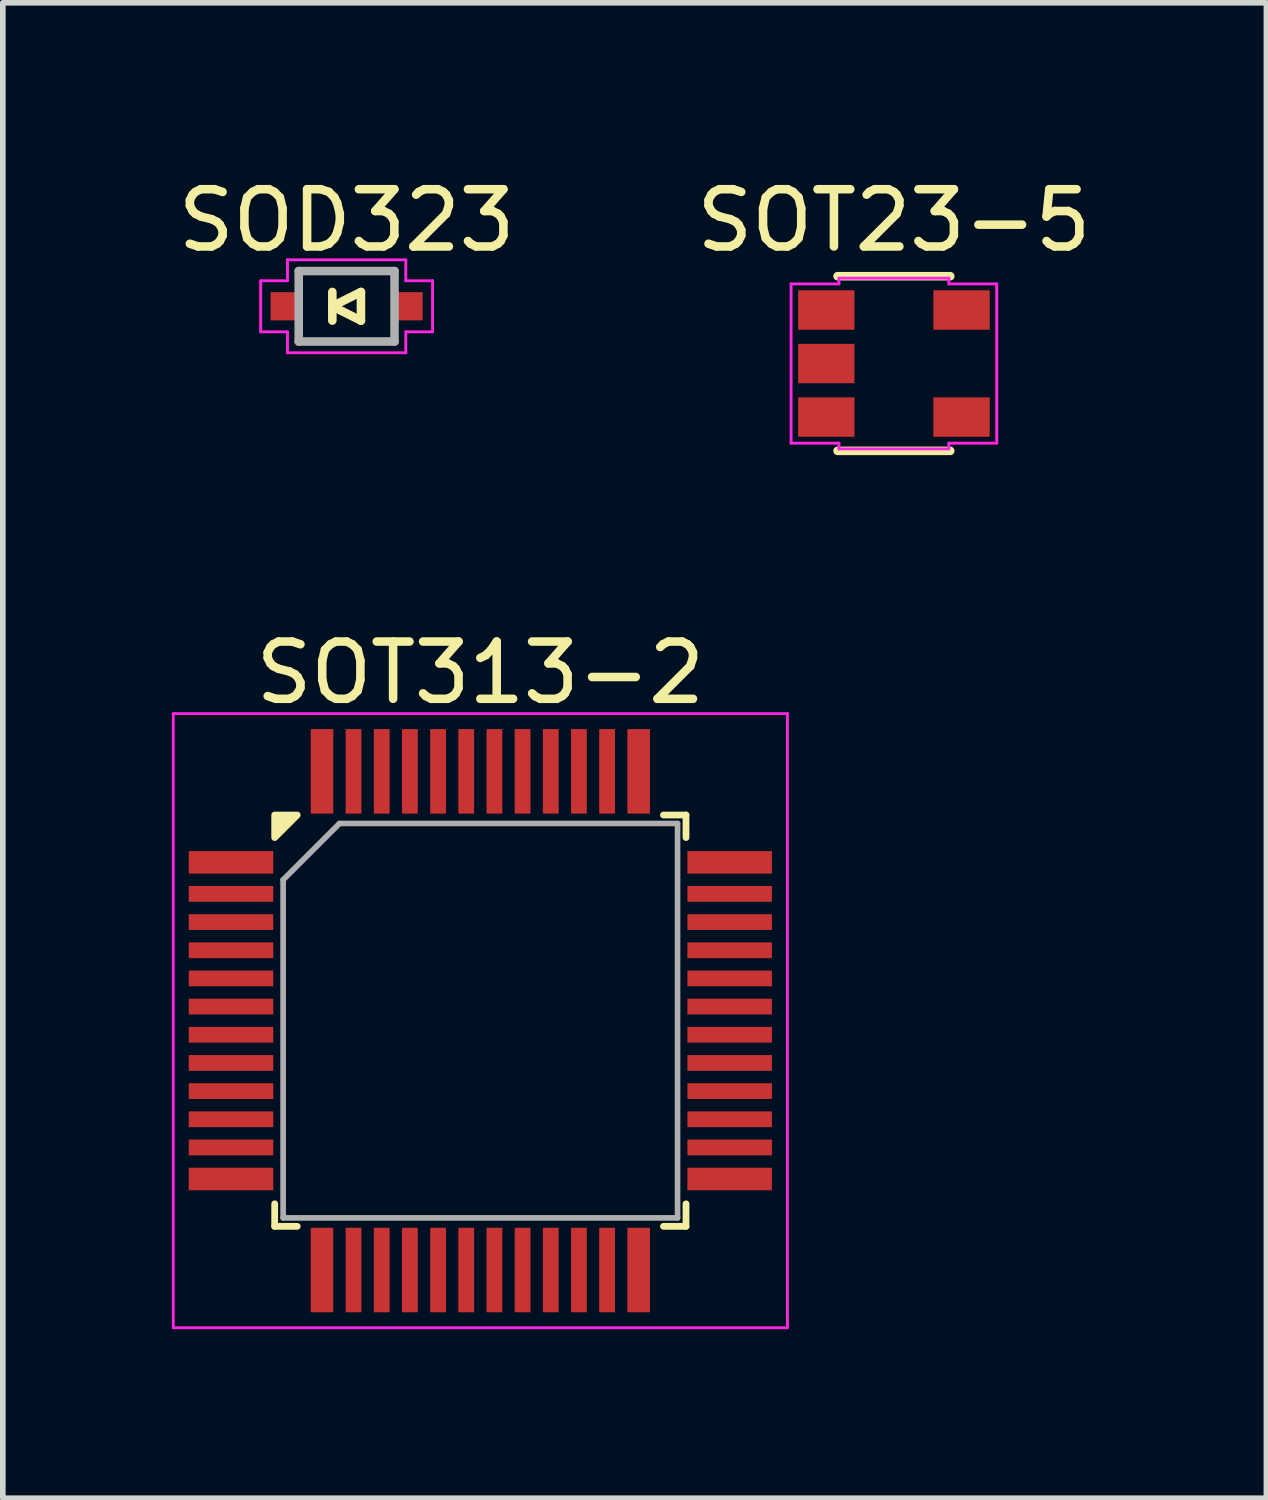
<source format=kicad_pcb>
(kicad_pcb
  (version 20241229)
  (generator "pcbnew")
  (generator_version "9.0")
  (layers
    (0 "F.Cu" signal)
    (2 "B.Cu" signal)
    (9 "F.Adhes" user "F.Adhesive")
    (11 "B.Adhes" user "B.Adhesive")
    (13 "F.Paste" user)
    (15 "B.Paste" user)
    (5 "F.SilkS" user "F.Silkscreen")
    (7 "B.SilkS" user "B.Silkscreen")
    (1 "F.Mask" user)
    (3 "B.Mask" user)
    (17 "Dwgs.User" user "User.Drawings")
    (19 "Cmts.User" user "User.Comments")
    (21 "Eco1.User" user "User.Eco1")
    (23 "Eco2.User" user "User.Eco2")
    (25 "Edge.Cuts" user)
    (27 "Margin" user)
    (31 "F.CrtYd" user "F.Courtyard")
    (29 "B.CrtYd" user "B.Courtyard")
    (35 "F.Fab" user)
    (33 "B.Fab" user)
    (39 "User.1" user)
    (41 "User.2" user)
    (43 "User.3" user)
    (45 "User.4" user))
  (footprint "SOT23-5"
    (layer "F.Cu")
    (at 12.815 3.402)
    (property "Reference" "SOT23-5" (at 0 -2.54 0) (layer "F.SilkS") (effects (font (size 1.016 1.016) (thickness 0.152))))
    (attr through_hole)
    (fp_line (start -1 -1.55) (end 1 -1.55) (stroke (width 0.152) (type solid)) (layer "F.SilkS"))
    (fp_line (start -1 1.55) (end 1 1.55) (stroke (width 0.152) (type solid)) (layer "F.SilkS"))
    (fp_line (start -1.825 -1.413) (end -0.975 -1.413) (stroke (width 0.051) (type solid)) (layer "F.CrtYd"))
    (fp_line (start -1.825 1.413) (end -1.825 -1.413) (stroke (width 0.051) (type solid)) (layer "F.CrtYd"))
    (fp_line (start -0.975 -1.515) (end 0.975 -1.515) (stroke (width 0.051) (type solid)) (layer "F.CrtYd"))
    (fp_line (start -0.975 -1.413) (end -0.975 -1.515) (stroke (width 0.051) (type solid)) (layer "F.CrtYd"))
    (fp_line (start -0.975 1.413) (end -1.825 1.413) (stroke (width 0.051) (type solid)) (layer "F.CrtYd"))
    (fp_line (start -0.975 1.515) (end -0.975 1.413) (stroke (width 0.051) (type solid)) (layer "F.CrtYd"))
    (fp_line (start 0.975 -1.515) (end 0.975 -1.413) (stroke (width 0.051) (type solid)) (layer "F.CrtYd"))
    (fp_line (start 0.975 -1.413) (end 1.825 -1.413) (stroke (width 0.051) (type solid)) (layer "F.CrtYd"))
    (fp_line (start 0.975 1.413) (end 0.975 1.515) (stroke (width 0.051) (type solid)) (layer "F.CrtYd"))
    (fp_line (start 0.975 1.515) (end -0.975 1.515) (stroke (width 0.051) (type solid)) (layer "F.CrtYd"))
    (fp_line (start 1.825 -1.413) (end 1.825 1.413) (stroke (width 0.051) (type solid)) (layer "F.CrtYd"))
    (fp_line (start 1.825 1.413) (end 0.975 1.413) (stroke (width 0.051) (type solid)) (layer "F.CrtYd"))
    (pad "1" smd rect (at -1.2 -0.95) (size 1 0.7) (layers "F.Cu" "F.Mask" "F.Paste"))
    (pad "2" smd rect (at -1.2 0) (size 1 0.7) (layers "F.Cu" "F.Mask" "F.Paste"))
    (pad "3" smd rect (at -1.2 0.95) (size 1 0.7) (layers "F.Cu" "F.Mask" "F.Paste"))
    (pad "4" smd rect (at 1.2 0.95) (size 1 0.7) (layers "F.Cu" "F.Mask" "F.Paste"))
    (pad "5" smd rect (at 1.2 -0.95) (size 1 0.7) (layers "F.Cu" "F.Mask" "F.Paste")))
  (footprint "SOD323"
    (layer "F.Cu")
    (at 3.102 2.386)
    (property "Reference" "SOD323" (at 0 -1.524 180) (layer "F.SilkS") (effects (font (size 1.016 1.016) (thickness 0.152))))
    (attr through_hole)
    (fp_line (start -0.254 -0.254) (end -0.254 0.254) (stroke (width 0.152) (type solid)) (layer "F.SilkS"))
    (fp_line (start -0.254 0) (end 0.254 -0.254) (stroke (width 0.152) (type solid)) (layer "F.SilkS"))
    (fp_line (start 0.254 -0.254) (end 0.254 0.254) (stroke (width 0.152) (type solid)) (layer "F.SilkS"))
    (fp_line (start 0.254 0.254) (end -0.254 0) (stroke (width 0.152) (type solid)) (layer "F.SilkS"))
    (fp_line (start -1.525 -0.453) (end -1.05 -0.453) (stroke (width 0.051) (type solid)) (layer "F.CrtYd"))
    (fp_line (start -1.525 0.453) (end -1.525 -0.453) (stroke (width 0.051) (type solid)) (layer "F.CrtYd"))
    (fp_line (start -1.05 -0.825) (end 1.05 -0.825) (stroke (width 0.051) (type solid)) (layer "F.CrtYd"))
    (fp_line (start -1.05 -0.453) (end -1.05 -0.825) (stroke (width 0.051) (type solid)) (layer "F.CrtYd"))
    (fp_line (start -1.05 0.453) (end -1.525 0.453) (stroke (width 0.051) (type solid)) (layer "F.CrtYd"))
    (fp_line (start -1.05 0.825) (end -1.05 0.453) (stroke (width 0.051) (type solid)) (layer "F.CrtYd"))
    (fp_line (start 1.05 -0.825) (end 1.05 -0.453) (stroke (width 0.051) (type solid)) (layer "F.CrtYd"))
    (fp_line (start 1.05 -0.453) (end 1.525 -0.453) (stroke (width 0.051) (type solid)) (layer "F.CrtYd"))
    (fp_line (start 1.05 0.453) (end 1.05 0.825) (stroke (width 0.051) (type solid)) (layer "F.CrtYd"))
    (fp_line (start 1.05 0.825) (end -1.05 0.825) (stroke (width 0.051) (type solid)) (layer "F.CrtYd"))
    (fp_line (start 1.525 -0.453) (end 1.525 0.453) (stroke (width 0.051) (type solid)) (layer "F.CrtYd"))
    (fp_line (start 1.525 0.453) (end 1.05 0.453) (stroke (width 0.051) (type solid)) (layer "F.CrtYd"))
    (fp_line (start -0.85 -0.625) (end 0.85 -0.625) (stroke (width 0.152) (type solid)) (layer "F.Fab"))
    (fp_line (start -0.85 0.625) (end -0.85 -0.625) (stroke (width 0.152) (type solid)) (layer "F.Fab"))
    (fp_line (start 0.85 -0.625) (end 0.85 0.625) (stroke (width 0.152) (type solid)) (layer "F.Fab"))
    (fp_line (start 0.85 0.625) (end -0.85 0.625) (stroke (width 0.152) (type solid)) (layer "F.Fab"))
    (pad "1" smd rect (at -1.1 0) (size 0.5 0.5) (layers "F.Cu" "F.Mask" "F.Paste"))
    (pad "2" smd rect (at 1.1 0) (size 0.5 0.5) (layers "F.Cu" "F.Mask" "F.Paste")))
  (footprint "SOT313-2"
    (layer "F.Cu")
    (at 5.475 15.065)
    (property "Reference" "SOT313-2" (at 0 -6.175 0) (layer "F.SilkS") (effects (font (size 1.016 1.016) (thickness 0.152))))
    (attr smd)
    (fp_line (start -3.65 3.65) (end -3.65 3.25) (stroke (width 0.12) (type solid)) (layer "F.SilkS"))
    (fp_line (start -3.25 3.65) (end -3.65 3.65) (stroke (width 0.12) (type solid)) (layer "F.SilkS"))
    (fp_line (start 3.25 -3.65) (end 3.65 -3.65) (stroke (width 0.12) (type solid)) (layer "F.SilkS"))
    (fp_line (start 3.25 3.65) (end 3.65 3.65) (stroke (width 0.12) (type solid)) (layer "F.SilkS"))
    (fp_line (start 3.65 -3.65) (end 3.65 -3.25) (stroke (width 0.12) (type solid)) (layer "F.SilkS"))
    (fp_line (start 3.65 3.65) (end 3.65 3.25) (stroke (width 0.12) (type solid)) (layer "F.SilkS"))
    (fp_poly (pts (xy -3.65 -3.65) (xy -3.65 -3.25) (xy -3.25 -3.65)) (stroke (width 0.12) (type solid)) (fill yes) (layer "F.SilkS"))
    (fp_line (start -5.45 -5.45) (end 5.45 -5.45) (stroke (width 0.05) (type solid)) (layer "F.CrtYd"))
    (fp_line (start -5.45 5.45) (end -5.45 -5.45) (stroke (width 0.05) (type solid)) (layer "F.CrtYd"))
    (fp_line (start 5.45 -5.45) (end 5.45 5.45) (stroke (width 0.05) (type solid)) (layer "F.CrtYd"))
    (fp_line (start 5.45 5.45) (end -5.45 5.45) (stroke (width 0.05) (type solid)) (layer "F.CrtYd"))
    (fp_line (start -3.5 -2.5) (end -3.5 3.5) (stroke (width 0.1) (type solid)) (layer "F.Fab"))
    (fp_line (start -3.5 3.5) (end 3.5 3.5) (stroke (width 0.1) (type solid)) (layer "F.Fab"))
    (fp_line (start -2.5 -3.5) (end -3.5 -2.5) (stroke (width 0.1) (type solid)) (layer "F.Fab"))
    (fp_line (start 3.5 -3.5) (end -2.5 -3.5) (stroke (width 0.1) (type solid)) (layer "F.Fab"))
    (fp_line (start 3.5 3.5) (end 3.5 -3.5) (stroke (width 0.1) (type solid)) (layer "F.Fab"))
    (pad "1" smd rect (at -4.425 -2.81 90) (size 0.4 1.5) (layers "F.Cu" "F.Mask" "F.Paste"))
    (pad "2" smd rect (at -4.425 -2.25 90) (size 0.28 1.5) (layers "F.Cu" "F.Mask" "F.Paste"))
    (pad "3" smd rect (at -4.425 -1.75 90) (size 0.28 1.5) (layers "F.Cu" "F.Mask" "F.Paste"))
    (pad "4" smd rect (at -4.425 -1.25 90) (size 0.28 1.5) (layers "F.Cu" "F.Mask" "F.Paste"))
    (pad "5" smd rect (at -4.425 -0.75 90) (size 0.28 1.5) (layers "F.Cu" "F.Mask" "F.Paste"))
    (pad "6" smd rect (at -4.425 -0.25 90) (size 0.28 1.5) (layers "F.Cu" "F.Mask" "F.Paste"))
    (pad "7" smd rect (at -4.425 0.25 90) (size 0.28 1.5) (layers "F.Cu" "F.Mask" "F.Paste"))
    (pad "8" smd rect (at -4.425 0.75 90) (size 0.28 1.5) (layers "F.Cu" "F.Mask" "F.Paste"))
    (pad "9" smd rect (at -4.425 1.25 90) (size 0.28 1.5) (layers "F.Cu" "F.Mask" "F.Paste"))
    (pad "10" smd rect (at -4.425 1.75 90) (size 0.28 1.5) (layers "F.Cu" "F.Mask" "F.Paste"))
    (pad "11" smd rect (at -4.425 2.25 90) (size 0.28 1.5) (layers "F.Cu" "F.Mask" "F.Paste"))
    (pad "12" smd rect (at -4.425 2.81 90) (size 0.4 1.5) (layers "F.Cu" "F.Mask" "F.Paste"))
    (pad "13" smd rect (at -2.81 4.425) (size 0.4 1.5) (layers "F.Cu" "F.Mask" "F.Paste"))
    (pad "14" smd rect (at -2.25 4.425) (size 0.28 1.5) (layers "F.Cu" "F.Mask" "F.Paste"))
    (pad "15" smd rect (at -1.75 4.425) (size 0.28 1.5) (layers "F.Cu" "F.Mask" "F.Paste"))
    (pad "16" smd rect (at -1.25 4.425) (size 0.28 1.5) (layers "F.Cu" "F.Mask" "F.Paste"))
    (pad "17" smd rect (at -0.75 4.425) (size 0.28 1.5) (layers "F.Cu" "F.Mask" "F.Paste"))
    (pad "18" smd rect (at -0.25 4.425) (size 0.28 1.5) (layers "F.Cu" "F.Mask" "F.Paste"))
    (pad "19" smd rect (at 0.25 4.425) (size 0.28 1.5) (layers "F.Cu" "F.Mask" "F.Paste"))
    (pad "20" smd rect (at 0.75 4.425) (size 0.28 1.5) (layers "F.Cu" "F.Mask" "F.Paste"))
    (pad "21" smd rect (at 1.25 4.425) (size 0.28 1.5) (layers "F.Cu" "F.Mask" "F.Paste"))
    (pad "22" smd rect (at 1.75 4.425) (size 0.28 1.5) (layers "F.Cu" "F.Mask" "F.Paste"))
    (pad "23" smd rect (at 2.25 4.425) (size 0.28 1.5) (layers "F.Cu" "F.Mask" "F.Paste"))
    (pad "24" smd rect (at 2.81 4.425) (size 0.4 1.5) (layers "F.Cu" "F.Mask" "F.Paste"))
    (pad "25" smd rect (at 4.425 2.81 90) (size 0.4 1.5) (layers "F.Cu" "F.Mask" "F.Paste"))
    (pad "26" smd rect (at 4.425 2.25 90) (size 0.28 1.5) (layers "F.Cu" "F.Mask" "F.Paste"))
    (pad "27" smd rect (at 4.425 1.75 90) (size 0.28 1.5) (layers "F.Cu" "F.Mask" "F.Paste"))
    (pad "28" smd rect (at 4.425 1.25 90) (size 0.28 1.5) (layers "F.Cu" "F.Mask" "F.Paste"))
    (pad "29" smd rect (at 4.425 0.75 90) (size 0.28 1.5) (layers "F.Cu" "F.Mask" "F.Paste"))
    (pad "30" smd rect (at 4.425 0.25 90) (size 0.28 1.5) (layers "F.Cu" "F.Mask" "F.Paste"))
    (pad "31" smd rect (at 4.425 -0.25 90) (size 0.28 1.5) (layers "F.Cu" "F.Mask" "F.Paste"))
    (pad "32" smd rect (at 4.425 -0.75 90) (size 0.28 1.5) (layers "F.Cu" "F.Mask" "F.Paste"))
    (pad "33" smd rect (at 4.425 -1.25 90) (size 0.28 1.5) (layers "F.Cu" "F.Mask" "F.Paste"))
    (pad "34" smd rect (at 4.425 -1.75 90) (size 0.28 1.5) (layers "F.Cu" "F.Mask" "F.Paste"))
    (pad "35" smd rect (at 4.425 -2.25 90) (size 0.28 1.5) (layers "F.Cu" "F.Mask" "F.Paste"))
    (pad "36" smd rect (at 4.425 -2.81 90) (size 0.4 1.5) (layers "F.Cu" "F.Mask" "F.Paste"))
    (pad "37" smd rect (at 2.81 -4.425) (size 0.4 1.5) (layers "F.Cu" "F.Mask" "F.Paste"))
    (pad "38" smd rect (at 2.25 -4.425) (size 0.28 1.5) (layers "F.Cu" "F.Mask" "F.Paste"))
    (pad "39" smd rect (at 1.75 -4.425) (size 0.28 1.5) (layers "F.Cu" "F.Mask" "F.Paste"))
    (pad "40" smd rect (at 1.25 -4.425) (size 0.28 1.5) (layers "F.Cu" "F.Mask" "F.Paste"))
    (pad "41" smd rect (at 0.75 -4.425) (size 0.28 1.5) (layers "F.Cu" "F.Mask" "F.Paste"))
    (pad "42" smd rect (at 0.25 -4.425) (size 0.28 1.5) (layers "F.Cu" "F.Mask" "F.Paste"))
    (pad "43" smd rect (at -0.25 -4.425) (size 0.28 1.5) (layers "F.Cu" "F.Mask" "F.Paste"))
    (pad "44" smd rect (at -0.75 -4.425) (size 0.28 1.5) (layers "F.Cu" "F.Mask" "F.Paste"))
    (pad "45" smd rect (at -1.25 -4.425) (size 0.28 1.5) (layers "F.Cu" "F.Mask" "F.Paste"))
    (pad "46" smd rect (at -1.75 -4.425) (size 0.28 1.5) (layers "F.Cu" "F.Mask" "F.Paste"))
    (pad "47" smd rect (at -2.25 -4.425) (size 0.28 1.5) (layers "F.Cu" "F.Mask" "F.Paste"))
    (pad "48" smd rect (at -2.81 -4.425) (size 0.4 1.5) (layers "F.Cu" "F.Mask" "F.Paste")))
  (gr_rect
    (start -3 -3)
    (end 19.426 23.54)
    (stroke (width 0.1) (type default))
    (fill no)
    (layer "Edge.Cuts")))
</source>
